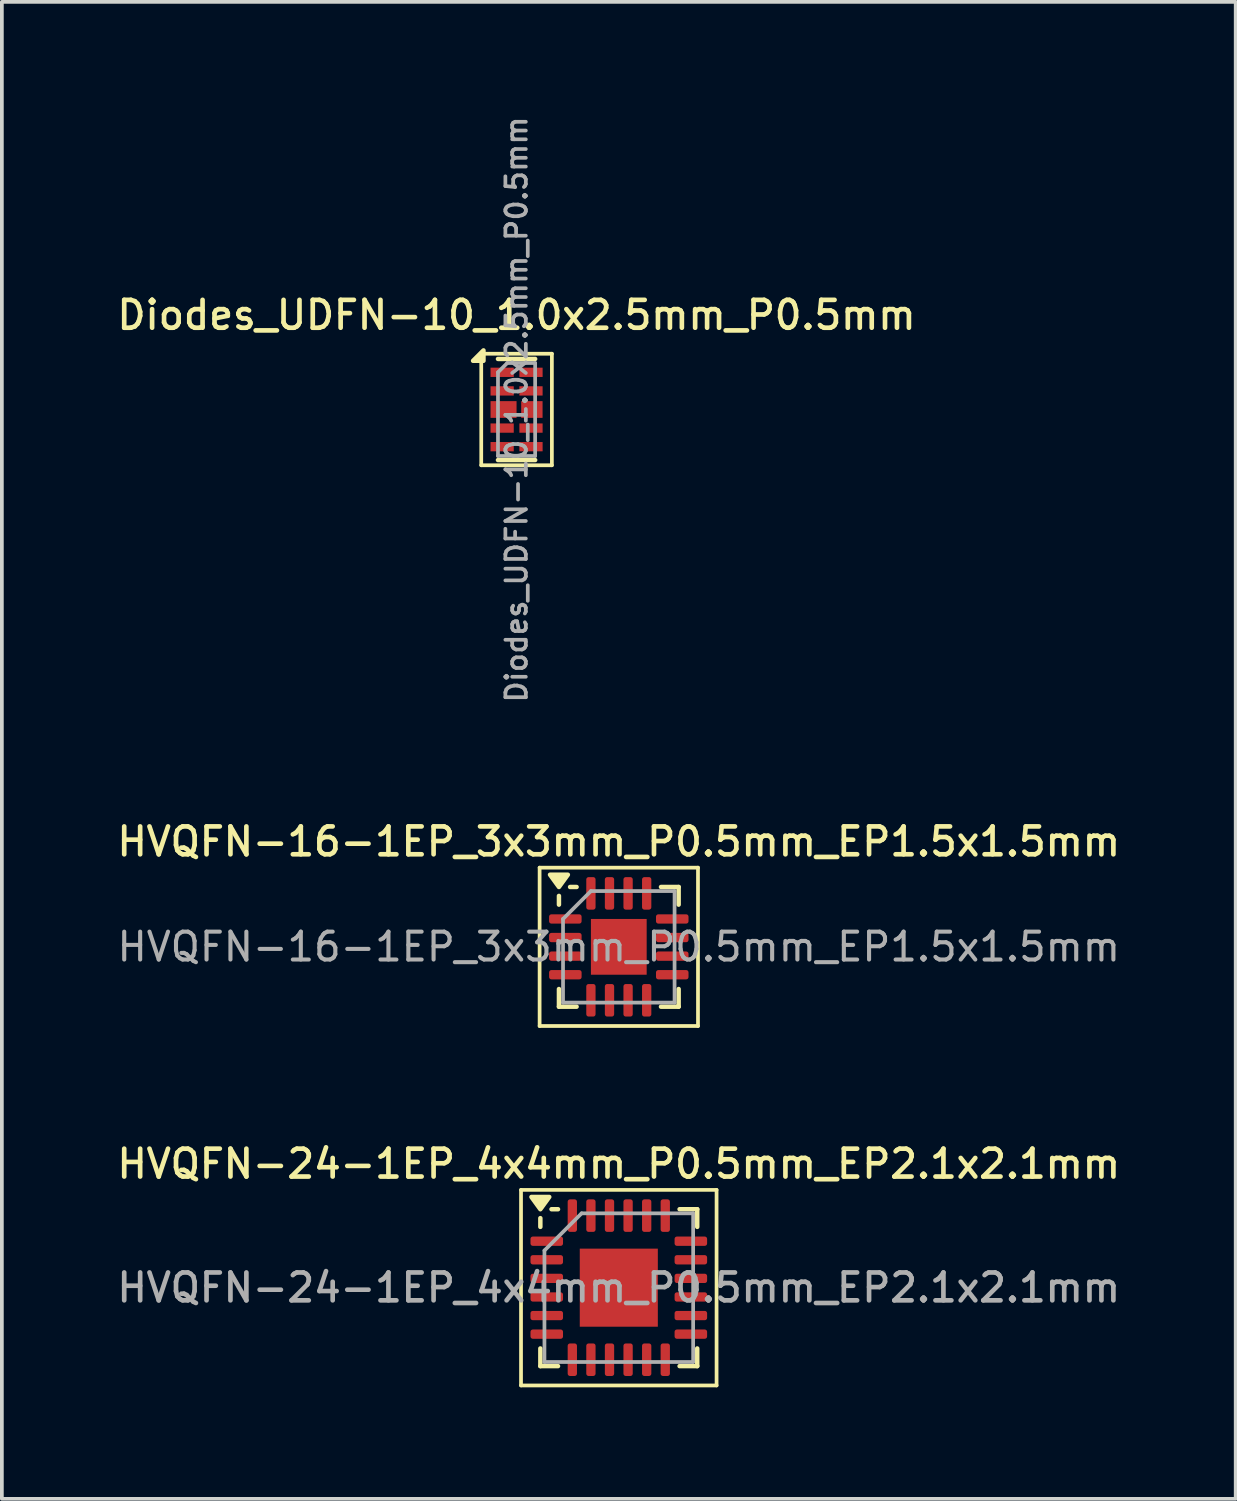
<source format=kicad_pcb>
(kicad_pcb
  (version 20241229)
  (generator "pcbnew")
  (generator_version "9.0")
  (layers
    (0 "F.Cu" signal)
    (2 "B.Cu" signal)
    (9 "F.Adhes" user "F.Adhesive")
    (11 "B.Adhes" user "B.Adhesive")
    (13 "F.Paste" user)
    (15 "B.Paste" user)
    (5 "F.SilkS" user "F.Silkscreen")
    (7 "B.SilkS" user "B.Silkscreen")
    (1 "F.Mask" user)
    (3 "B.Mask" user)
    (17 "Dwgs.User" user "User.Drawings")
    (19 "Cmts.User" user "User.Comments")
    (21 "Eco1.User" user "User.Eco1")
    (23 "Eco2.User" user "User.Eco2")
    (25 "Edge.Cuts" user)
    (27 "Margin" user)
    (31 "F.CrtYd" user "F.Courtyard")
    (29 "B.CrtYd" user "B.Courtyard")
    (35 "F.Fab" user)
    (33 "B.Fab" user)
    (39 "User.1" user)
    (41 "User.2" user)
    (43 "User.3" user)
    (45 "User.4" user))
  (footprint "HVQFN-24-1EP_4x4mm_P0.5mm_EP2.1x2.1mm"
    (layer "F.Cu")
    (at 13.595 31.587)
    (property "Reference" "HVQFN-24-1EP_4x4mm_P0.5mm_EP2.1x2.1mm" (at 0 -3.33 0) (layer "F.SilkS") (effects (font (size 0.75 0.75) (thickness 0.125))))
    (attr smd)
    (fp_line (start -2.63 -2.63) (end -2.63 2.63) (stroke (width 0.1) (type solid)) (layer "F.SilkS"))
    (fp_line (start -2.63 2.63) (end 2.63 2.63) (stroke (width 0.1) (type solid)) (layer "F.SilkS"))
    (fp_line (start -2.11 -1.635) (end -2.11 -1.87) (stroke (width 0.12) (type solid)) (layer "F.SilkS"))
    (fp_line (start -2.11 2.11) (end -2.11 1.635) (stroke (width 0.12) (type solid)) (layer "F.SilkS"))
    (fp_line (start -1.635 -2.11) (end -1.81 -2.11) (stroke (width 0.12) (type solid)) (layer "F.SilkS"))
    (fp_line (start -1.635 2.11) (end -2.11 2.11) (stroke (width 0.12) (type solid)) (layer "F.SilkS"))
    (fp_line (start 1.635 -2.11) (end 2.11 -2.11) (stroke (width 0.12) (type solid)) (layer "F.SilkS"))
    (fp_line (start 1.635 2.11) (end 2.11 2.11) (stroke (width 0.12) (type solid)) (layer "F.SilkS"))
    (fp_line (start 2.11 -2.11) (end 2.11 -1.635) (stroke (width 0.12) (type solid)) (layer "F.SilkS"))
    (fp_line (start 2.11 2.11) (end 2.11 1.635) (stroke (width 0.12) (type solid)) (layer "F.SilkS"))
    (fp_line (start 2.63 -2.63) (end -2.63 -2.63) (stroke (width 0.1) (type solid)) (layer "F.SilkS"))
    (fp_line (start 2.63 2.63) (end 2.63 -2.63) (stroke (width 0.1) (type solid)) (layer "F.SilkS"))
    (fp_poly (pts (xy -2.11 -2.11) (xy -2.35 -2.44) (xy -1.87 -2.44) (xy -2.11 -2.11)) (stroke (width 0.12) (type solid)) (fill yes) (layer "F.SilkS"))
    (fp_line (start -2 -1) (end -1 -2) (stroke (width 0.1) (type solid)) (layer "F.Fab"))
    (fp_line (start -2 2) (end -2 -1) (stroke (width 0.1) (type solid)) (layer "F.Fab"))
    (fp_line (start -1 -2) (end 2 -2) (stroke (width 0.1) (type solid)) (layer "F.Fab"))
    (fp_line (start 2 -2) (end 2 2) (stroke (width 0.1) (type solid)) (layer "F.Fab"))
    (fp_line (start 2 2) (end -2 2) (stroke (width 0.1) (type solid)) (layer "F.Fab"))
    (fp_text user "${REFERENCE}" (at 0 0 0) (layer "F.Fab") (effects (font (size 0.75 0.75) (thickness 0.125))))
    (pad "" smd roundrect (at -0.7 -0.7) (size 0.56 0.56) (layers "F.Paste") (roundrect_rratio 0.25))
    (pad "" smd roundrect (at -0.7 0) (size 0.56 0.56) (layers "F.Paste") (roundrect_rratio 0.25))
    (pad "" smd roundrect (at -0.7 0.7) (size 0.56 0.56) (layers "F.Paste") (roundrect_rratio 0.25))
    (pad "" smd roundrect (at 0 -0.7) (size 0.56 0.56) (layers "F.Paste") (roundrect_rratio 0.25))
    (pad "" smd roundrect (at 0 0) (size 0.56 0.56) (layers "F.Paste") (roundrect_rratio 0.25))
    (pad "" smd roundrect (at 0 0.7) (size 0.56 0.56) (layers "F.Paste") (roundrect_rratio 0.25))
    (pad "" smd roundrect (at 0.7 -0.7) (size 0.56 0.56) (layers "F.Paste") (roundrect_rratio 0.25))
    (pad "" smd roundrect (at 0.7 0) (size 0.56 0.56) (layers "F.Paste") (roundrect_rratio 0.25))
    (pad "" smd roundrect (at 0.7 0.7) (size 0.56 0.56) (layers "F.Paste") (roundrect_rratio 0.25))
    (pad "1" smd roundrect (at -1.938 -1.25) (size 0.875 0.25) (layers "F.Cu" "F.Mask" "F.Paste") (roundrect_rratio 0.25))
    (pad "2" smd roundrect (at -1.938 -0.75) (size 0.875 0.25) (layers "F.Cu" "F.Mask" "F.Paste") (roundrect_rratio 0.25))
    (pad "3" smd roundrect (at -1.938 -0.25) (size 0.875 0.25) (layers "F.Cu" "F.Mask" "F.Paste") (roundrect_rratio 0.25))
    (pad "4" smd roundrect (at -1.938 0.25) (size 0.875 0.25) (layers "F.Cu" "F.Mask" "F.Paste") (roundrect_rratio 0.25))
    (pad "5" smd roundrect (at -1.938 0.75) (size 0.875 0.25) (layers "F.Cu" "F.Mask" "F.Paste") (roundrect_rratio 0.25))
    (pad "6" smd roundrect (at -1.938 1.25) (size 0.875 0.25) (layers "F.Cu" "F.Mask" "F.Paste") (roundrect_rratio 0.25))
    (pad "7" smd roundrect (at -1.25 1.938) (size 0.25 0.875) (layers "F.Cu" "F.Mask" "F.Paste") (roundrect_rratio 0.25))
    (pad "8" smd roundrect (at -0.75 1.938) (size 0.25 0.875) (layers "F.Cu" "F.Mask" "F.Paste") (roundrect_rratio 0.25))
    (pad "9" smd roundrect (at -0.25 1.938) (size 0.25 0.875) (layers "F.Cu" "F.Mask" "F.Paste") (roundrect_rratio 0.25))
    (pad "10" smd roundrect (at 0.25 1.938) (size 0.25 0.875) (layers "F.Cu" "F.Mask" "F.Paste") (roundrect_rratio 0.25))
    (pad "11" smd roundrect (at 0.75 1.938) (size 0.25 0.875) (layers "F.Cu" "F.Mask" "F.Paste") (roundrect_rratio 0.25))
    (pad "12" smd roundrect (at 1.25 1.938) (size 0.25 0.875) (layers "F.Cu" "F.Mask" "F.Paste") (roundrect_rratio 0.25))
    (pad "13" smd roundrect (at 1.938 1.25) (size 0.875 0.25) (layers "F.Cu" "F.Mask" "F.Paste") (roundrect_rratio 0.25))
    (pad "14" smd roundrect (at 1.938 0.75) (size 0.875 0.25) (layers "F.Cu" "F.Mask" "F.Paste") (roundrect_rratio 0.25))
    (pad "15" smd roundrect (at 1.938 0.25) (size 0.875 0.25) (layers "F.Cu" "F.Mask" "F.Paste") (roundrect_rratio 0.25))
    (pad "16" smd roundrect (at 1.938 -0.25) (size 0.875 0.25) (layers "F.Cu" "F.Mask" "F.Paste") (roundrect_rratio 0.25))
    (pad "17" smd roundrect (at 1.938 -0.75) (size 0.875 0.25) (layers "F.Cu" "F.Mask" "F.Paste") (roundrect_rratio 0.25))
    (pad "18" smd roundrect (at 1.938 -1.25) (size 0.875 0.25) (layers "F.Cu" "F.Mask" "F.Paste") (roundrect_rratio 0.25))
    (pad "19" smd roundrect (at 1.25 -1.938) (size 0.25 0.875) (layers "F.Cu" "F.Mask" "F.Paste") (roundrect_rratio 0.25))
    (pad "20" smd roundrect (at 0.75 -1.938) (size 0.25 0.875) (layers "F.Cu" "F.Mask" "F.Paste") (roundrect_rratio 0.25))
    (pad "21" smd roundrect (at 0.25 -1.938) (size 0.25 0.875) (layers "F.Cu" "F.Mask" "F.Paste") (roundrect_rratio 0.25))
    (pad "22" smd roundrect (at -0.25 -1.938) (size 0.25 0.875) (layers "F.Cu" "F.Mask" "F.Paste") (roundrect_rratio 0.25))
    (pad "23" smd roundrect (at -0.75 -1.938) (size 0.25 0.875) (layers "F.Cu" "F.Mask" "F.Paste") (roundrect_rratio 0.25))
    (pad "24" smd roundrect (at -1.25 -1.938) (size 0.25 0.875) (layers "F.Cu" "F.Mask" "F.Paste") (roundrect_rratio 0.25))
    (pad "25" smd rect (at 0 0) (size 2.1 2.1) (property pad_prop_heatsink) (layers "F.Cu" "F.Mask")))
  (footprint "Diodes_UDFN-10_1.0x2.5mm_P0.5mm"
    (layer "F.Cu")
    (at 10.845 7.965)
    (property "Reference" "Diodes_UDFN-10_1.0x2.5mm_P0.5mm" (at 0 -2.54 0) (layer "F.SilkS") (effects (font (size 0.75 0.75) (thickness 0.125))))
    (attr smd)
    (fp_line (start -0.95 -1.5) (end 0.95 -1.5) (stroke (width 0.1) (type solid)) (layer "F.SilkS"))
    (fp_line (start -0.95 1.5) (end -0.95 -1.5) (stroke (width 0.1) (type solid)) (layer "F.SilkS"))
    (fp_line (start 0.5 -1.36) (end -0.5 -1.36) (stroke (width 0.12) (type solid)) (layer "F.SilkS"))
    (fp_line (start 0.5 1.36) (end -0.5 1.36) (stroke (width 0.12) (type solid)) (layer "F.SilkS"))
    (fp_line (start 0.95 -1.5) (end 0.95 1.5) (stroke (width 0.1) (type solid)) (layer "F.SilkS"))
    (fp_line (start 0.95 1.5) (end -0.95 1.5) (stroke (width 0.1) (type solid)) (layer "F.SilkS"))
    (fp_poly (pts (xy -0.89 -1.31) (xy -1.17 -1.31) (xy -0.89 -1.59) (xy -0.89 -1.31)) (stroke (width 0.12) (type solid)) (fill yes) (layer "F.SilkS"))
    (fp_line (start -0.5 -1) (end -0.5 1.25) (stroke (width 0.1) (type solid)) (layer "F.Fab"))
    (fp_line (start -0.5 1.25) (end 0.5 1.25) (stroke (width 0.1) (type solid)) (layer "F.Fab"))
    (fp_line (start -0.25 -1.25) (end -0.5 -1) (stroke (width 0.1) (type solid)) (layer "F.Fab"))
    (fp_line (start 0.5 -1.25) (end -0.25 -1.25) (stroke (width 0.1) (type solid)) (layer "F.Fab"))
    (fp_line (start 0.5 -1.25) (end 0.5 1.25) (stroke (width 0.1) (type solid)) (layer "F.Fab"))
    (fp_text user "${REFERENCE}" (at 0 0 90) (layer "F.Fab") (effects (font (size 0.55 0.55) (thickness 0.1))))
    (pad "1" smd rect (at -0.388 -1 270) (size 0.25 0.625) (layers "F.Cu" "F.Mask" "F.Paste"))
    (pad "2" smd rect (at -0.388 -0.5 270) (size 0.25 0.625) (layers "F.Cu" "F.Mask" "F.Paste"))
    (pad "3" smd rect (at -0.35 0 270) (size 0.45 0.7) (layers "F.Cu" "F.Mask" "F.Paste"))
    (pad "4" smd rect (at -0.388 0.5 270) (size 0.25 0.625) (layers "F.Cu" "F.Mask" "F.Paste"))
    (pad "5" smd rect (at -0.388 1 270) (size 0.25 0.625) (layers "F.Cu" "F.Mask" "F.Paste"))
    (pad "6" smd rect (at 0.388 1 270) (size 0.25 0.625) (layers "F.Cu" "F.Mask" "F.Paste"))
    (pad "7" smd rect (at 0.388 0.5 270) (size 0.25 0.625) (layers "F.Cu" "F.Mask" "F.Paste"))
    (pad "8" smd rect (at 0.412 0 270) (size 0.45 0.575) (layers "F.Cu" "F.Mask" "F.Paste"))
    (pad "9" smd rect (at 0.388 -0.5 270) (size 0.25 0.625) (layers "F.Cu" "F.Mask" "F.Paste"))
    (pad "10" smd rect (at 0.388 -1 270) (size 0.25 0.625) (layers "F.Cu" "F.Mask" "F.Paste")))
  (footprint "HVQFN-16-1EP_3x3mm_P0.5mm_EP1.5x1.5mm"
    (layer "F.Cu")
    (at 13.595 22.419)
    (property "Reference" "HVQFN-16-1EP_3x3mm_P0.5mm_EP1.5x1.5mm" (at 0 -2.83 0) (layer "F.SilkS") (effects (font (size 0.75 0.75) (thickness 0.125))))
    (attr smd)
    (fp_line (start -2.13 -2.13) (end -2.13 2.13) (stroke (width 0.1) (type solid)) (layer "F.SilkS"))
    (fp_line (start -2.13 2.13) (end 2.13 2.13) (stroke (width 0.1) (type solid)) (layer "F.SilkS"))
    (fp_line (start -1.61 -1.135) (end -1.61 -1.37) (stroke (width 0.12) (type solid)) (layer "F.SilkS"))
    (fp_line (start -1.61 1.61) (end -1.61 1.135) (stroke (width 0.12) (type solid)) (layer "F.SilkS"))
    (fp_line (start -1.135 -1.61) (end -1.31 -1.61) (stroke (width 0.12) (type solid)) (layer "F.SilkS"))
    (fp_line (start -1.135 1.61) (end -1.61 1.61) (stroke (width 0.12) (type solid)) (layer "F.SilkS"))
    (fp_line (start 1.135 -1.61) (end 1.61 -1.61) (stroke (width 0.12) (type solid)) (layer "F.SilkS"))
    (fp_line (start 1.135 1.61) (end 1.61 1.61) (stroke (width 0.12) (type solid)) (layer "F.SilkS"))
    (fp_line (start 1.61 -1.61) (end 1.61 -1.135) (stroke (width 0.12) (type solid)) (layer "F.SilkS"))
    (fp_line (start 1.61 1.61) (end 1.61 1.135) (stroke (width 0.12) (type solid)) (layer "F.SilkS"))
    (fp_line (start 2.13 -2.13) (end -2.13 -2.13) (stroke (width 0.1) (type solid)) (layer "F.SilkS"))
    (fp_line (start 2.13 2.13) (end 2.13 -2.13) (stroke (width 0.1) (type solid)) (layer "F.SilkS"))
    (fp_poly (pts (xy -1.61 -1.61) (xy -1.85 -1.94) (xy -1.37 -1.94) (xy -1.61 -1.61)) (stroke (width 0.12) (type solid)) (fill yes) (layer "F.SilkS"))
    (fp_line (start -1.5 -0.75) (end -0.75 -1.5) (stroke (width 0.1) (type solid)) (layer "F.Fab"))
    (fp_line (start -1.5 1.5) (end -1.5 -0.75) (stroke (width 0.1) (type solid)) (layer "F.Fab"))
    (fp_line (start -0.75 -1.5) (end 1.5 -1.5) (stroke (width 0.1) (type solid)) (layer "F.Fab"))
    (fp_line (start 1.5 -1.5) (end 1.5 1.5) (stroke (width 0.1) (type solid)) (layer "F.Fab"))
    (fp_line (start 1.5 1.5) (end -1.5 1.5) (stroke (width 0.1) (type solid)) (layer "F.Fab"))
    (fp_text user "${REFERENCE}" (at 0 0 0) (layer "F.Fab") (effects (font (size 0.75 0.75) (thickness 0.11))))
    (pad "" smd roundrect (at -0.375 -0.375) (size 0.6 0.6) (layers "F.Paste") (roundrect_rratio 0.25))
    (pad "" smd roundrect (at -0.375 0.375) (size 0.6 0.6) (layers "F.Paste") (roundrect_rratio 0.25))
    (pad "" smd roundrect (at 0.375 -0.375) (size 0.6 0.6) (layers "F.Paste") (roundrect_rratio 0.25))
    (pad "" smd roundrect (at 0.375 0.375) (size 0.6 0.6) (layers "F.Paste") (roundrect_rratio 0.25))
    (pad "1" smd roundrect (at -1.438 -0.75) (size 0.875 0.25) (layers "F.Cu" "F.Mask" "F.Paste") (roundrect_rratio 0.25))
    (pad "2" smd roundrect (at -1.438 -0.25) (size 0.875 0.25) (layers "F.Cu" "F.Mask" "F.Paste") (roundrect_rratio 0.25))
    (pad "3" smd roundrect (at -1.438 0.25) (size 0.875 0.25) (layers "F.Cu" "F.Mask" "F.Paste") (roundrect_rratio 0.25))
    (pad "4" smd roundrect (at -1.438 0.75) (size 0.875 0.25) (layers "F.Cu" "F.Mask" "F.Paste") (roundrect_rratio 0.25))
    (pad "5" smd roundrect (at -0.75 1.438) (size 0.25 0.875) (layers "F.Cu" "F.Mask" "F.Paste") (roundrect_rratio 0.25))
    (pad "6" smd roundrect (at -0.25 1.438) (size 0.25 0.875) (layers "F.Cu" "F.Mask" "F.Paste") (roundrect_rratio 0.25))
    (pad "7" smd roundrect (at 0.25 1.438) (size 0.25 0.875) (layers "F.Cu" "F.Mask" "F.Paste") (roundrect_rratio 0.25))
    (pad "8" smd roundrect (at 0.75 1.438) (size 0.25 0.875) (layers "F.Cu" "F.Mask" "F.Paste") (roundrect_rratio 0.25))
    (pad "9" smd roundrect (at 1.438 0.75) (size 0.875 0.25) (layers "F.Cu" "F.Mask" "F.Paste") (roundrect_rratio 0.25))
    (pad "10" smd roundrect (at 1.438 0.25) (size 0.875 0.25) (layers "F.Cu" "F.Mask" "F.Paste") (roundrect_rratio 0.25))
    (pad "11" smd roundrect (at 1.438 -0.25) (size 0.875 0.25) (layers "F.Cu" "F.Mask" "F.Paste") (roundrect_rratio 0.25))
    (pad "12" smd roundrect (at 1.438 -0.75) (size 0.875 0.25) (layers "F.Cu" "F.Mask" "F.Paste") (roundrect_rratio 0.25))
    (pad "13" smd roundrect (at 0.75 -1.438) (size 0.25 0.875) (layers "F.Cu" "F.Mask" "F.Paste") (roundrect_rratio 0.25))
    (pad "14" smd roundrect (at 0.25 -1.438) (size 0.25 0.875) (layers "F.Cu" "F.Mask" "F.Paste") (roundrect_rratio 0.25))
    (pad "15" smd roundrect (at -0.25 -1.438) (size 0.25 0.875) (layers "F.Cu" "F.Mask" "F.Paste") (roundrect_rratio 0.25))
    (pad "16" smd roundrect (at -0.75 -1.438) (size 0.25 0.875) (layers "F.Cu" "F.Mask" "F.Paste") (roundrect_rratio 0.25))
    (pad "17" smd rect (at 0 0) (size 1.5 1.5) (property pad_prop_heatsink) (layers "F.Cu" "F.Mask")))
  (gr_rect
    (start -3 -3)
    (end 30.189 37.267)
    (stroke (width 0.1) (type default))
    (fill no)
    (layer "Edge.Cuts")))
</source>
